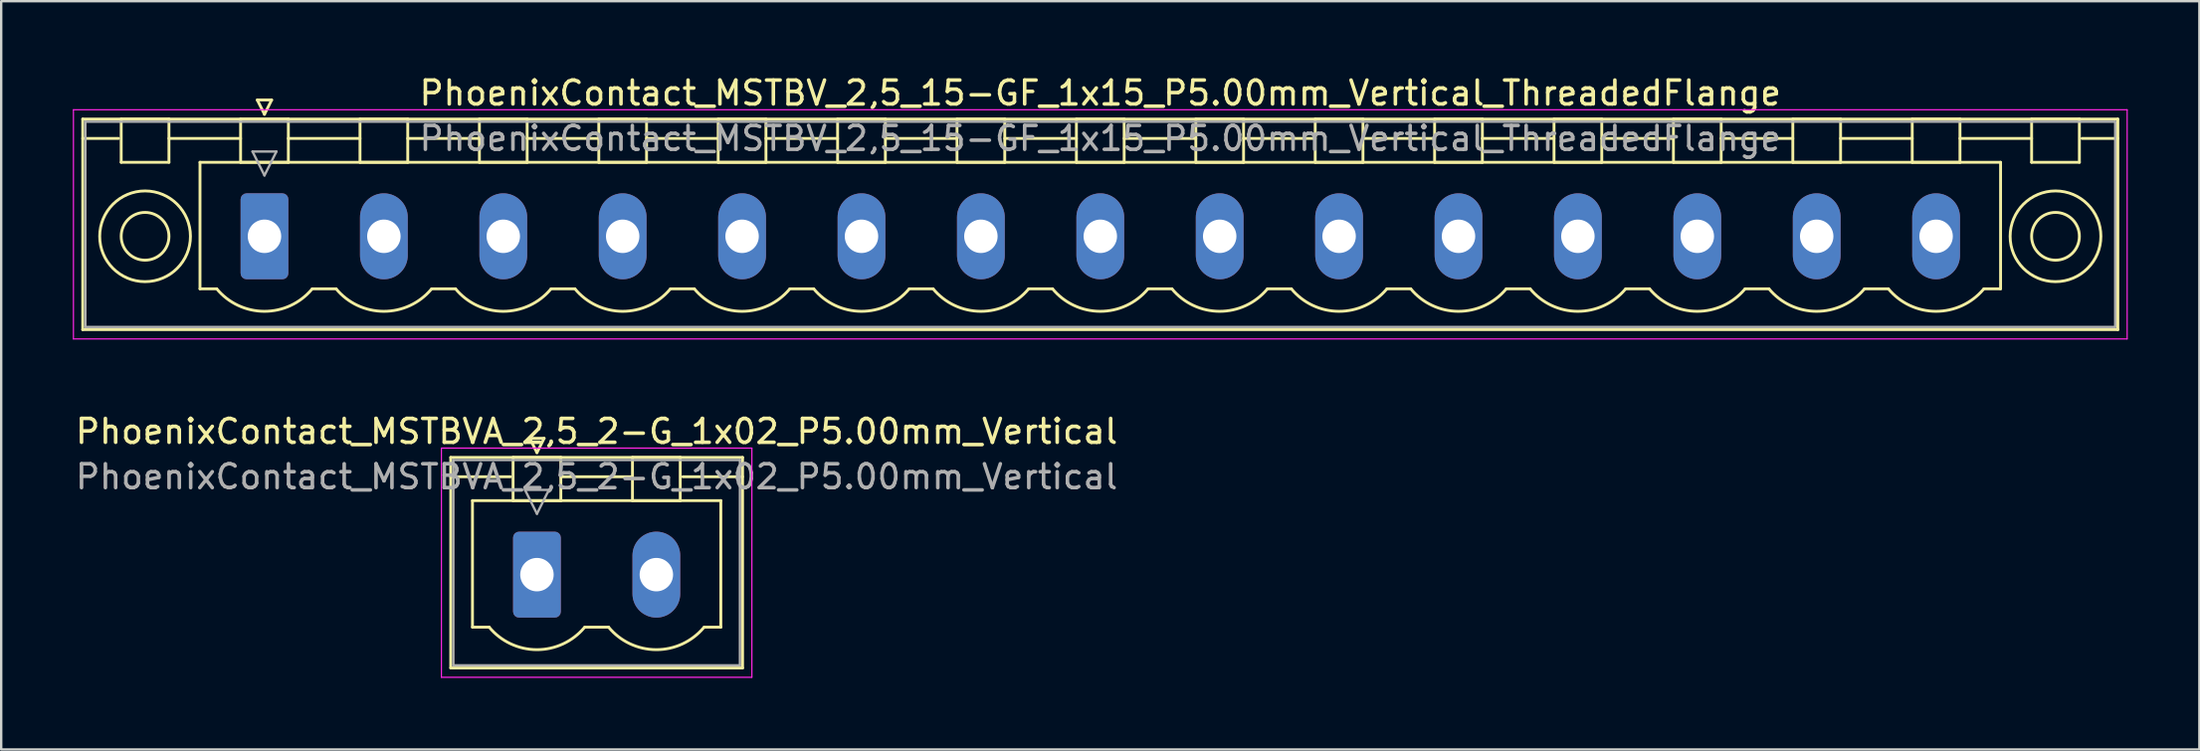
<source format=kicad_pcb>
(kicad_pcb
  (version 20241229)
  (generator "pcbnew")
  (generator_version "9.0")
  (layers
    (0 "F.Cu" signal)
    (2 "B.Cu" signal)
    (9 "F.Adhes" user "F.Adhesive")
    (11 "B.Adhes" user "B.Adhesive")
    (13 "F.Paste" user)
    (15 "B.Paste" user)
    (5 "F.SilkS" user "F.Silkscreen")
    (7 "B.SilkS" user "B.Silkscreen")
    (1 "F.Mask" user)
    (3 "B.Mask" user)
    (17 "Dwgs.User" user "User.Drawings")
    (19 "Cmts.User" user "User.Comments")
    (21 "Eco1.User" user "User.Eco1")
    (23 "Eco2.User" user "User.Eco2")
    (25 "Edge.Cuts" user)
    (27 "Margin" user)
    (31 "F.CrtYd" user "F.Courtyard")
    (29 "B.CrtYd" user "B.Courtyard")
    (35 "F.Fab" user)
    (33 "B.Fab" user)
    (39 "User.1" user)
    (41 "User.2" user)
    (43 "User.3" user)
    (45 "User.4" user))
  (footprint "PhoenixContact_MSTBV_2,5_15-GF_1x15_P5.00mm_Vertical_ThreadedFlange"
    (layer "F.Cu")
    (at 8.025 6.848)
    (property "Reference" "PhoenixContact_MSTBV_2,5_15-GF_1x15_P5.00mm_Vertical_ThreadedFlange" (at 35 -6 0) (layer "F.SilkS") (effects (font (size 1 1) (thickness 0.15))))
    (attr through_hole)
    (fp_line (start -7.61 -4.91) (end -7.61 3.91) (stroke (width 0.12) (type solid)) (layer "F.SilkS"))
    (fp_line (start -7.61 -4.1) (end -6.11 -4.1) (stroke (width 0.12) (type solid)) (layer "F.SilkS"))
    (fp_line (start -7.61 3.91) (end 77.61 3.91) (stroke (width 0.12) (type solid)) (layer "F.SilkS"))
    (fp_line (start -6 -4.91) (end -4 -4.91) (stroke (width 0.12) (type solid)) (layer "F.SilkS"))
    (fp_line (start -6 -3.1) (end -6 -4.91) (stroke (width 0.12) (type solid)) (layer "F.SilkS"))
    (fp_line (start -4 -4.91) (end -4 -3.1) (stroke (width 0.12) (type solid)) (layer "F.SilkS"))
    (fp_line (start -4 -4.1) (end -1 -4.1) (stroke (width 0.12) (type solid)) (layer "F.SilkS"))
    (fp_line (start -4 -3.1) (end -6 -3.1) (stroke (width 0.12) (type solid)) (layer "F.SilkS"))
    (fp_line (start -2.7 -3.1) (end 72.7 -3.1) (stroke (width 0.12) (type solid)) (layer "F.SilkS"))
    (fp_line (start -2.7 2.2) (end -2.7 -3.1) (stroke (width 0.12) (type solid)) (layer "F.SilkS"))
    (fp_line (start -2 2.2) (end -2.7 2.2) (stroke (width 0.12) (type solid)) (layer "F.SilkS"))
    (fp_line (start -1 -4.91) (end 1 -4.91) (stroke (width 0.12) (type solid)) (layer "F.SilkS"))
    (fp_line (start -1 -3.1) (end -1 -4.91) (stroke (width 0.12) (type solid)) (layer "F.SilkS"))
    (fp_line (start -0.3 -5.71) (end 0.3 -5.71) (stroke (width 0.12) (type solid)) (layer "F.SilkS"))
    (fp_line (start 0 -5.11) (end -0.3 -5.71) (stroke (width 0.12) (type solid)) (layer "F.SilkS"))
    (fp_line (start 0.3 -5.71) (end 0 -5.11) (stroke (width 0.12) (type solid)) (layer "F.SilkS"))
    (fp_line (start 1 -4.91) (end 1 -3.1) (stroke (width 0.12) (type solid)) (layer "F.SilkS"))
    (fp_line (start 1 -4.1) (end 4 -4.1) (stroke (width 0.12) (type solid)) (layer "F.SilkS"))
    (fp_line (start 1 -3.1) (end -1 -3.1) (stroke (width 0.12) (type solid)) (layer "F.SilkS"))
    (fp_line (start 2 2.2) (end 3 2.2) (stroke (width 0.12) (type solid)) (layer "F.SilkS"))
    (fp_line (start 4 -4.91) (end 6 -4.91) (stroke (width 0.12) (type solid)) (layer "F.SilkS"))
    (fp_line (start 4 -3.1) (end 4 -4.91) (stroke (width 0.12) (type solid)) (layer "F.SilkS"))
    (fp_line (start 6 -4.91) (end 6 -3.1) (stroke (width 0.12) (type solid)) (layer "F.SilkS"))
    (fp_line (start 6 -4.1) (end 9 -4.1) (stroke (width 0.12) (type solid)) (layer "F.SilkS"))
    (fp_line (start 6 -3.1) (end 4 -3.1) (stroke (width 0.12) (type solid)) (layer "F.SilkS"))
    (fp_line (start 7 2.2) (end 8 2.2) (stroke (width 0.12) (type solid)) (layer "F.SilkS"))
    (fp_line (start 9 -4.91) (end 11 -4.91) (stroke (width 0.12) (type solid)) (layer "F.SilkS"))
    (fp_line (start 9 -3.1) (end 9 -4.91) (stroke (width 0.12) (type solid)) (layer "F.SilkS"))
    (fp_line (start 11 -4.91) (end 11 -3.1) (stroke (width 0.12) (type solid)) (layer "F.SilkS"))
    (fp_line (start 11 -4.1) (end 14 -4.1) (stroke (width 0.12) (type solid)) (layer "F.SilkS"))
    (fp_line (start 11 -3.1) (end 9 -3.1) (stroke (width 0.12) (type solid)) (layer "F.SilkS"))
    (fp_line (start 12 2.2) (end 13 2.2) (stroke (width 0.12) (type solid)) (layer "F.SilkS"))
    (fp_line (start 14 -4.91) (end 16 -4.91) (stroke (width 0.12) (type solid)) (layer "F.SilkS"))
    (fp_line (start 14 -3.1) (end 14 -4.91) (stroke (width 0.12) (type solid)) (layer "F.SilkS"))
    (fp_line (start 16 -4.91) (end 16 -3.1) (stroke (width 0.12) (type solid)) (layer "F.SilkS"))
    (fp_line (start 16 -4.1) (end 19 -4.1) (stroke (width 0.12) (type solid)) (layer "F.SilkS"))
    (fp_line (start 16 -3.1) (end 14 -3.1) (stroke (width 0.12) (type solid)) (layer "F.SilkS"))
    (fp_line (start 17 2.2) (end 18 2.2) (stroke (width 0.12) (type solid)) (layer "F.SilkS"))
    (fp_line (start 19 -4.91) (end 21 -4.91) (stroke (width 0.12) (type solid)) (layer "F.SilkS"))
    (fp_line (start 19 -3.1) (end 19 -4.91) (stroke (width 0.12) (type solid)) (layer "F.SilkS"))
    (fp_line (start 21 -4.91) (end 21 -3.1) (stroke (width 0.12) (type solid)) (layer "F.SilkS"))
    (fp_line (start 21 -4.1) (end 24 -4.1) (stroke (width 0.12) (type solid)) (layer "F.SilkS"))
    (fp_line (start 21 -3.1) (end 19 -3.1) (stroke (width 0.12) (type solid)) (layer "F.SilkS"))
    (fp_line (start 22 2.2) (end 23 2.2) (stroke (width 0.12) (type solid)) (layer "F.SilkS"))
    (fp_line (start 24 -4.91) (end 26 -4.91) (stroke (width 0.12) (type solid)) (layer "F.SilkS"))
    (fp_line (start 24 -3.1) (end 24 -4.91) (stroke (width 0.12) (type solid)) (layer "F.SilkS"))
    (fp_line (start 26 -4.91) (end 26 -3.1) (stroke (width 0.12) (type solid)) (layer "F.SilkS"))
    (fp_line (start 26 -4.1) (end 29 -4.1) (stroke (width 0.12) (type solid)) (layer "F.SilkS"))
    (fp_line (start 26 -3.1) (end 24 -3.1) (stroke (width 0.12) (type solid)) (layer "F.SilkS"))
    (fp_line (start 27 2.2) (end 28 2.2) (stroke (width 0.12) (type solid)) (layer "F.SilkS"))
    (fp_line (start 29 -4.91) (end 31 -4.91) (stroke (width 0.12) (type solid)) (layer "F.SilkS"))
    (fp_line (start 29 -3.1) (end 29 -4.91) (stroke (width 0.12) (type solid)) (layer "F.SilkS"))
    (fp_line (start 31 -4.91) (end 31 -3.1) (stroke (width 0.12) (type solid)) (layer "F.SilkS"))
    (fp_line (start 31 -4.1) (end 34 -4.1) (stroke (width 0.12) (type solid)) (layer "F.SilkS"))
    (fp_line (start 31 -3.1) (end 29 -3.1) (stroke (width 0.12) (type solid)) (layer "F.SilkS"))
    (fp_line (start 32 2.2) (end 33 2.2) (stroke (width 0.12) (type solid)) (layer "F.SilkS"))
    (fp_line (start 34 -4.91) (end 36 -4.91) (stroke (width 0.12) (type solid)) (layer "F.SilkS"))
    (fp_line (start 34 -3.1) (end 34 -4.91) (stroke (width 0.12) (type solid)) (layer "F.SilkS"))
    (fp_line (start 36 -4.91) (end 36 -3.1) (stroke (width 0.12) (type solid)) (layer "F.SilkS"))
    (fp_line (start 36 -4.1) (end 39 -4.1) (stroke (width 0.12) (type solid)) (layer "F.SilkS"))
    (fp_line (start 36 -3.1) (end 34 -3.1) (stroke (width 0.12) (type solid)) (layer "F.SilkS"))
    (fp_line (start 37 2.2) (end 38 2.2) (stroke (width 0.12) (type solid)) (layer "F.SilkS"))
    (fp_line (start 39 -4.91) (end 41 -4.91) (stroke (width 0.12) (type solid)) (layer "F.SilkS"))
    (fp_line (start 39 -3.1) (end 39 -4.91) (stroke (width 0.12) (type solid)) (layer "F.SilkS"))
    (fp_line (start 41 -4.91) (end 41 -3.1) (stroke (width 0.12) (type solid)) (layer "F.SilkS"))
    (fp_line (start 41 -4.1) (end 44 -4.1) (stroke (width 0.12) (type solid)) (layer "F.SilkS"))
    (fp_line (start 41 -3.1) (end 39 -3.1) (stroke (width 0.12) (type solid)) (layer "F.SilkS"))
    (fp_line (start 42 2.2) (end 43 2.2) (stroke (width 0.12) (type solid)) (layer "F.SilkS"))
    (fp_line (start 44 -4.91) (end 46 -4.91) (stroke (width 0.12) (type solid)) (layer "F.SilkS"))
    (fp_line (start 44 -3.1) (end 44 -4.91) (stroke (width 0.12) (type solid)) (layer "F.SilkS"))
    (fp_line (start 46 -4.91) (end 46 -3.1) (stroke (width 0.12) (type solid)) (layer "F.SilkS"))
    (fp_line (start 46 -4.1) (end 49 -4.1) (stroke (width 0.12) (type solid)) (layer "F.SilkS"))
    (fp_line (start 46 -3.1) (end 44 -3.1) (stroke (width 0.12) (type solid)) (layer "F.SilkS"))
    (fp_line (start 47 2.2) (end 48 2.2) (stroke (width 0.12) (type solid)) (layer "F.SilkS"))
    (fp_line (start 49 -4.91) (end 51 -4.91) (stroke (width 0.12) (type solid)) (layer "F.SilkS"))
    (fp_line (start 49 -3.1) (end 49 -4.91) (stroke (width 0.12) (type solid)) (layer "F.SilkS"))
    (fp_line (start 51 -4.91) (end 51 -3.1) (stroke (width 0.12) (type solid)) (layer "F.SilkS"))
    (fp_line (start 51 -4.1) (end 54 -4.1) (stroke (width 0.12) (type solid)) (layer "F.SilkS"))
    (fp_line (start 51 -3.1) (end 49 -3.1) (stroke (width 0.12) (type solid)) (layer "F.SilkS"))
    (fp_line (start 52 2.2) (end 53 2.2) (stroke (width 0.12) (type solid)) (layer "F.SilkS"))
    (fp_line (start 54 -4.91) (end 56 -4.91) (stroke (width 0.12) (type solid)) (layer "F.SilkS"))
    (fp_line (start 54 -3.1) (end 54 -4.91) (stroke (width 0.12) (type solid)) (layer "F.SilkS"))
    (fp_line (start 56 -4.91) (end 56 -3.1) (stroke (width 0.12) (type solid)) (layer "F.SilkS"))
    (fp_line (start 56 -4.1) (end 59 -4.1) (stroke (width 0.12) (type solid)) (layer "F.SilkS"))
    (fp_line (start 56 -3.1) (end 54 -3.1) (stroke (width 0.12) (type solid)) (layer "F.SilkS"))
    (fp_line (start 57 2.2) (end 58 2.2) (stroke (width 0.12) (type solid)) (layer "F.SilkS"))
    (fp_line (start 59 -4.91) (end 61 -4.91) (stroke (width 0.12) (type solid)) (layer "F.SilkS"))
    (fp_line (start 59 -3.1) (end 59 -4.91) (stroke (width 0.12) (type solid)) (layer "F.SilkS"))
    (fp_line (start 61 -4.91) (end 61 -3.1) (stroke (width 0.12) (type solid)) (layer "F.SilkS"))
    (fp_line (start 61 -4.1) (end 64 -4.1) (stroke (width 0.12) (type solid)) (layer "F.SilkS"))
    (fp_line (start 61 -3.1) (end 59 -3.1) (stroke (width 0.12) (type solid)) (layer "F.SilkS"))
    (fp_line (start 62 2.2) (end 63 2.2) (stroke (width 0.12) (type solid)) (layer "F.SilkS"))
    (fp_line (start 64 -4.91) (end 66 -4.91) (stroke (width 0.12) (type solid)) (layer "F.SilkS"))
    (fp_line (start 64 -3.1) (end 64 -4.91) (stroke (width 0.12) (type solid)) (layer "F.SilkS"))
    (fp_line (start 66 -4.91) (end 66 -3.1) (stroke (width 0.12) (type solid)) (layer "F.SilkS"))
    (fp_line (start 66 -4.1) (end 69 -4.1) (stroke (width 0.12) (type solid)) (layer "F.SilkS"))
    (fp_line (start 66 -3.1) (end 64 -3.1) (stroke (width 0.12) (type solid)) (layer "F.SilkS"))
    (fp_line (start 67 2.2) (end 68 2.2) (stroke (width 0.12) (type solid)) (layer "F.SilkS"))
    (fp_line (start 69 -4.91) (end 71 -4.91) (stroke (width 0.12) (type solid)) (layer "F.SilkS"))
    (fp_line (start 69 -3.1) (end 69 -4.91) (stroke (width 0.12) (type solid)) (layer "F.SilkS"))
    (fp_line (start 71 -4.91) (end 71 -3.1) (stroke (width 0.12) (type solid)) (layer "F.SilkS"))
    (fp_line (start 71 -4.1) (end 74 -4.1) (stroke (width 0.12) (type solid)) (layer "F.SilkS"))
    (fp_line (start 71 -3.1) (end 69 -3.1) (stroke (width 0.12) (type solid)) (layer "F.SilkS"))
    (fp_line (start 72.7 -3.1) (end 72.7 2.2) (stroke (width 0.12) (type solid)) (layer "F.SilkS"))
    (fp_line (start 72.7 2.2) (end 72 2.2) (stroke (width 0.12) (type solid)) (layer "F.SilkS"))
    (fp_line (start 74 -4.91) (end 76 -4.91) (stroke (width 0.12) (type solid)) (layer "F.SilkS"))
    (fp_line (start 74 -3.1) (end 74 -4.91) (stroke (width 0.12) (type solid)) (layer "F.SilkS"))
    (fp_line (start 76 -4.91) (end 76 -3.1) (stroke (width 0.12) (type solid)) (layer "F.SilkS"))
    (fp_line (start 76 -3.1) (end 74 -3.1) (stroke (width 0.12) (type solid)) (layer "F.SilkS"))
    (fp_line (start 77.61 -4.91) (end -7.61 -4.91) (stroke (width 0.12) (type solid)) (layer "F.SilkS"))
    (fp_line (start 77.61 -4.1) (end 76.11 -4.1) (stroke (width 0.12) (type solid)) (layer "F.SilkS"))
    (fp_line (start 77.61 3.91) (end 77.61 -4.91) (stroke (width 0.12) (type solid)) (layer "F.SilkS"))
    (fp_arc (start 1.986842 2.215821) (mid -0.010289 3.142758) (end -2 2.2) (stroke (width 0.12) (type solid)) (layer "F.SilkS"))
    (fp_arc (start 6.986842 2.215821) (mid 4.989711 3.142758) (end 3 2.2) (stroke (width 0.12) (type solid)) (layer "F.SilkS"))
    (fp_arc (start 11.986842 2.215821) (mid 9.989711 3.142758) (end 8 2.2) (stroke (width 0.12) (type solid)) (layer "F.SilkS"))
    (fp_arc (start 16.986842 2.215821) (mid 14.989711 3.142758) (end 13 2.2) (stroke (width 0.12) (type solid)) (layer "F.SilkS"))
    (fp_arc (start 21.986842 2.215821) (mid 19.989711 3.142758) (end 18 2.2) (stroke (width 0.12) (type solid)) (layer "F.SilkS"))
    (fp_arc (start 26.986842 2.215821) (mid 24.989711 3.142758) (end 23 2.2) (stroke (width 0.12) (type solid)) (layer "F.SilkS"))
    (fp_arc (start 31.986842 2.215821) (mid 29.989711 3.142758) (end 28 2.2) (stroke (width 0.12) (type solid)) (layer "F.SilkS"))
    (fp_arc (start 36.986842 2.215821) (mid 34.989711 3.142758) (end 33 2.2) (stroke (width 0.12) (type solid)) (layer "F.SilkS"))
    (fp_arc (start 41.986842 2.215821) (mid 39.989711 3.142758) (end 38 2.2) (stroke (width 0.12) (type solid)) (layer "F.SilkS"))
    (fp_arc (start 46.986842 2.215821) (mid 44.989711 3.142758) (end 43 2.2) (stroke (width 0.12) (type solid)) (layer "F.SilkS"))
    (fp_arc (start 51.986842 2.215821) (mid 49.989711 3.142758) (end 48 2.2) (stroke (width 0.12) (type solid)) (layer "F.SilkS"))
    (fp_arc (start 56.986842 2.215821) (mid 54.989711 3.142758) (end 53 2.2) (stroke (width 0.12) (type solid)) (layer "F.SilkS"))
    (fp_arc (start 61.986842 2.215821) (mid 59.989711 3.142758) (end 58 2.2) (stroke (width 0.12) (type solid)) (layer "F.SilkS"))
    (fp_arc (start 66.986842 2.215821) (mid 64.989711 3.142758) (end 63 2.2) (stroke (width 0.12) (type solid)) (layer "F.SilkS"))
    (fp_arc (start 71.986842 2.215821) (mid 69.989711 3.142758) (end 68 2.2) (stroke (width 0.12) (type solid)) (layer "F.SilkS"))
    (fp_circle (center -5 0) (end -4 0) (stroke (width 0.12) (type solid)) (fill no) (layer "F.SilkS"))
    (fp_circle (center -5 0) (end -3.1 0) (stroke (width 0.12) (type solid)) (fill no) (layer "F.SilkS"))
    (fp_circle (center 75 0) (end 76 0) (stroke (width 0.12) (type solid)) (fill no) (layer "F.SilkS"))
    (fp_circle (center 75 0) (end 76.9 0) (stroke (width 0.12) (type solid)) (fill no) (layer "F.SilkS"))
    (fp_line (start -8 -5.3) (end -8 4.3) (stroke (width 0.05) (type solid)) (layer "F.CrtYd"))
    (fp_line (start -8 4.3) (end 78 4.3) (stroke (width 0.05) (type solid)) (layer "F.CrtYd"))
    (fp_line (start 78 -5.3) (end -8 -5.3) (stroke (width 0.05) (type solid)) (layer "F.CrtYd"))
    (fp_line (start 78 4.3) (end 78 -5.3) (stroke (width 0.05) (type solid)) (layer "F.CrtYd"))
    (fp_line (start -7.5 -4.8) (end -7.5 3.8) (stroke (width 0.1) (type solid)) (layer "F.Fab"))
    (fp_line (start -7.5 3.8) (end 77.5 3.8) (stroke (width 0.1) (type solid)) (layer "F.Fab"))
    (fp_line (start -0.5 -3.55) (end 0.5 -3.55) (stroke (width 0.1) (type solid)) (layer "F.Fab"))
    (fp_line (start 0 -2.55) (end -0.5 -3.55) (stroke (width 0.1) (type solid)) (layer "F.Fab"))
    (fp_line (start 0.5 -3.55) (end 0 -2.55) (stroke (width 0.1) (type solid)) (layer "F.Fab"))
    (fp_line (start 77.5 -4.8) (end -7.5 -4.8) (stroke (width 0.1) (type solid)) (layer "F.Fab"))
    (fp_line (start 77.5 3.8) (end 77.5 -4.8) (stroke (width 0.1) (type solid)) (layer "F.Fab"))
    (fp_text user "${REFERENCE}" (at 35 -4.1 0) (layer "F.Fab") (effects (font (size 1 1) (thickness 0.15))))
    (pad "1" thru_hole roundrect (at 0 0) (size 2 3.6) (drill 1.4) (layers "*.Cu" "*.Mask") (roundrect_rratio 0.125))
    (pad "2" thru_hole oval (at 5 0) (size 2 3.6) (drill 1.4) (layers "*.Cu" "*.Mask"))
    (pad "3" thru_hole oval (at 10 0) (size 2 3.6) (drill 1.4) (layers "*.Cu" "*.Mask"))
    (pad "4" thru_hole oval (at 15 0) (size 2 3.6) (drill 1.4) (layers "*.Cu" "*.Mask"))
    (pad "5" thru_hole oval (at 20 0) (size 2 3.6) (drill 1.4) (layers "*.Cu" "*.Mask"))
    (pad "6" thru_hole oval (at 25 0) (size 2 3.6) (drill 1.4) (layers "*.Cu" "*.Mask"))
    (pad "7" thru_hole oval (at 30 0) (size 2 3.6) (drill 1.4) (layers "*.Cu" "*.Mask"))
    (pad "8" thru_hole oval (at 35 0) (size 2 3.6) (drill 1.4) (layers "*.Cu" "*.Mask"))
    (pad "9" thru_hole oval (at 40 0) (size 2 3.6) (drill 1.4) (layers "*.Cu" "*.Mask"))
    (pad "10" thru_hole oval (at 45 0) (size 2 3.6) (drill 1.4) (layers "*.Cu" "*.Mask"))
    (pad "11" thru_hole oval (at 50 0) (size 2 3.6) (drill 1.4) (layers "*.Cu" "*.Mask"))
    (pad "12" thru_hole oval (at 55 0) (size 2 3.6) (drill 1.4) (layers "*.Cu" "*.Mask"))
    (pad "13" thru_hole oval (at 60 0) (size 2 3.6) (drill 1.4) (layers "*.Cu" "*.Mask"))
    (pad "14" thru_hole oval (at 65 0) (size 2 3.6) (drill 1.4) (layers "*.Cu" "*.Mask"))
    (pad "15" thru_hole oval (at 70 0) (size 2 3.6) (drill 1.4) (layers "*.Cu" "*.Mask")))
  (footprint "PhoenixContact_MSTBVA_2,5_2-G_1x02_P5.00mm_Vertical"
    (layer "F.Cu")
    (at 19.435 21.021)
    (property "Reference" "PhoenixContact_MSTBVA_2,5_2-G_1x02_P5.00mm_Vertical" (at 2.5 -6 0) (layer "F.SilkS") (effects (font (size 1 1) (thickness 0.15))))
    (attr through_hole)
    (fp_line (start -3.61 -4.91) (end -3.61 3.91) (stroke (width 0.12) (type solid)) (layer "F.SilkS"))
    (fp_line (start -3.61 -4.1) (end -1.11 -4.1) (stroke (width 0.12) (type solid)) (layer "F.SilkS"))
    (fp_line (start -3.61 3.91) (end 8.61 3.91) (stroke (width 0.12) (type solid)) (layer "F.SilkS"))
    (fp_line (start -2.7 -3.1) (end 7.7 -3.1) (stroke (width 0.12) (type solid)) (layer "F.SilkS"))
    (fp_line (start -2.7 2.2) (end -2.7 -3.1) (stroke (width 0.12) (type solid)) (layer "F.SilkS"))
    (fp_line (start -2 2.2) (end -2.7 2.2) (stroke (width 0.12) (type solid)) (layer "F.SilkS"))
    (fp_line (start -1 -4.91) (end 1 -4.91) (stroke (width 0.12) (type solid)) (layer "F.SilkS"))
    (fp_line (start -1 -3.1) (end -1 -4.91) (stroke (width 0.12) (type solid)) (layer "F.SilkS"))
    (fp_line (start -0.3 -5.71) (end 0.3 -5.71) (stroke (width 0.12) (type solid)) (layer "F.SilkS"))
    (fp_line (start 0 -5.11) (end -0.3 -5.71) (stroke (width 0.12) (type solid)) (layer "F.SilkS"))
    (fp_line (start 0.3 -5.71) (end 0 -5.11) (stroke (width 0.12) (type solid)) (layer "F.SilkS"))
    (fp_line (start 1 -4.91) (end 1 -3.1) (stroke (width 0.12) (type solid)) (layer "F.SilkS"))
    (fp_line (start 1 -4.1) (end 4 -4.1) (stroke (width 0.12) (type solid)) (layer "F.SilkS"))
    (fp_line (start 1 -3.1) (end -1 -3.1) (stroke (width 0.12) (type solid)) (layer "F.SilkS"))
    (fp_line (start 2 2.2) (end 3 2.2) (stroke (width 0.12) (type solid)) (layer "F.SilkS"))
    (fp_line (start 4 -4.91) (end 6 -4.91) (stroke (width 0.12) (type solid)) (layer "F.SilkS"))
    (fp_line (start 4 -3.1) (end 4 -4.91) (stroke (width 0.12) (type solid)) (layer "F.SilkS"))
    (fp_line (start 6 -4.91) (end 6 -3.1) (stroke (width 0.12) (type solid)) (layer "F.SilkS"))
    (fp_line (start 6 -3.1) (end 4 -3.1) (stroke (width 0.12) (type solid)) (layer "F.SilkS"))
    (fp_line (start 7.7 -3.1) (end 7.7 2.2) (stroke (width 0.12) (type solid)) (layer "F.SilkS"))
    (fp_line (start 7.7 2.2) (end 7 2.2) (stroke (width 0.12) (type solid)) (layer "F.SilkS"))
    (fp_line (start 8.61 -4.91) (end -3.61 -4.91) (stroke (width 0.12) (type solid)) (layer "F.SilkS"))
    (fp_line (start 8.61 -4.1) (end 6.11 -4.1) (stroke (width 0.12) (type solid)) (layer "F.SilkS"))
    (fp_line (start 8.61 3.91) (end 8.61 -4.91) (stroke (width 0.12) (type solid)) (layer "F.SilkS"))
    (fp_arc (start 1.986842 2.215821) (mid -0.010289 3.142758) (end -2 2.2) (stroke (width 0.12) (type solid)) (layer "F.SilkS"))
    (fp_arc (start 6.986842 2.215821) (mid 4.989711 3.142758) (end 3 2.2) (stroke (width 0.12) (type solid)) (layer "F.SilkS"))
    (fp_line (start -4 -5.3) (end -4 4.3) (stroke (width 0.05) (type solid)) (layer "F.CrtYd"))
    (fp_line (start -4 4.3) (end 9 4.3) (stroke (width 0.05) (type solid)) (layer "F.CrtYd"))
    (fp_line (start 9 -5.3) (end -4 -5.3) (stroke (width 0.05) (type solid)) (layer "F.CrtYd"))
    (fp_line (start 9 4.3) (end 9 -5.3) (stroke (width 0.05) (type solid)) (layer "F.CrtYd"))
    (fp_line (start -3.5 -4.8) (end -3.5 3.8) (stroke (width 0.1) (type solid)) (layer "F.Fab"))
    (fp_line (start -3.5 3.8) (end 8.5 3.8) (stroke (width 0.1) (type solid)) (layer "F.Fab"))
    (fp_line (start -0.5 -3.55) (end 0.5 -3.55) (stroke (width 0.1) (type solid)) (layer "F.Fab"))
    (fp_line (start 0 -2.55) (end -0.5 -3.55) (stroke (width 0.1) (type solid)) (layer "F.Fab"))
    (fp_line (start 0.5 -3.55) (end 0 -2.55) (stroke (width 0.1) (type solid)) (layer "F.Fab"))
    (fp_line (start 8.5 -4.8) (end -3.5 -4.8) (stroke (width 0.1) (type solid)) (layer "F.Fab"))
    (fp_line (start 8.5 3.8) (end 8.5 -4.8) (stroke (width 0.1) (type solid)) (layer "F.Fab"))
    (fp_text user "${REFERENCE}" (at 2.5 -4.1 0) (layer "F.Fab") (effects (font (size 1 1) (thickness 0.15))))
    (pad "1" thru_hole roundrect (at 0 0) (size 2 3.6) (drill 1.4) (layers "*.Cu" "*.Mask") (roundrect_rratio 0.125))
    (pad "2" thru_hole oval (at 5 0) (size 2 3.6) (drill 1.4) (layers "*.Cu" "*.Mask")))
  (gr_rect
    (start -3 -3)
    (end 89.05 28.346)
    (stroke (width 0.1) (type default))
    (fill no)
    (layer "Edge.Cuts")))
</source>
